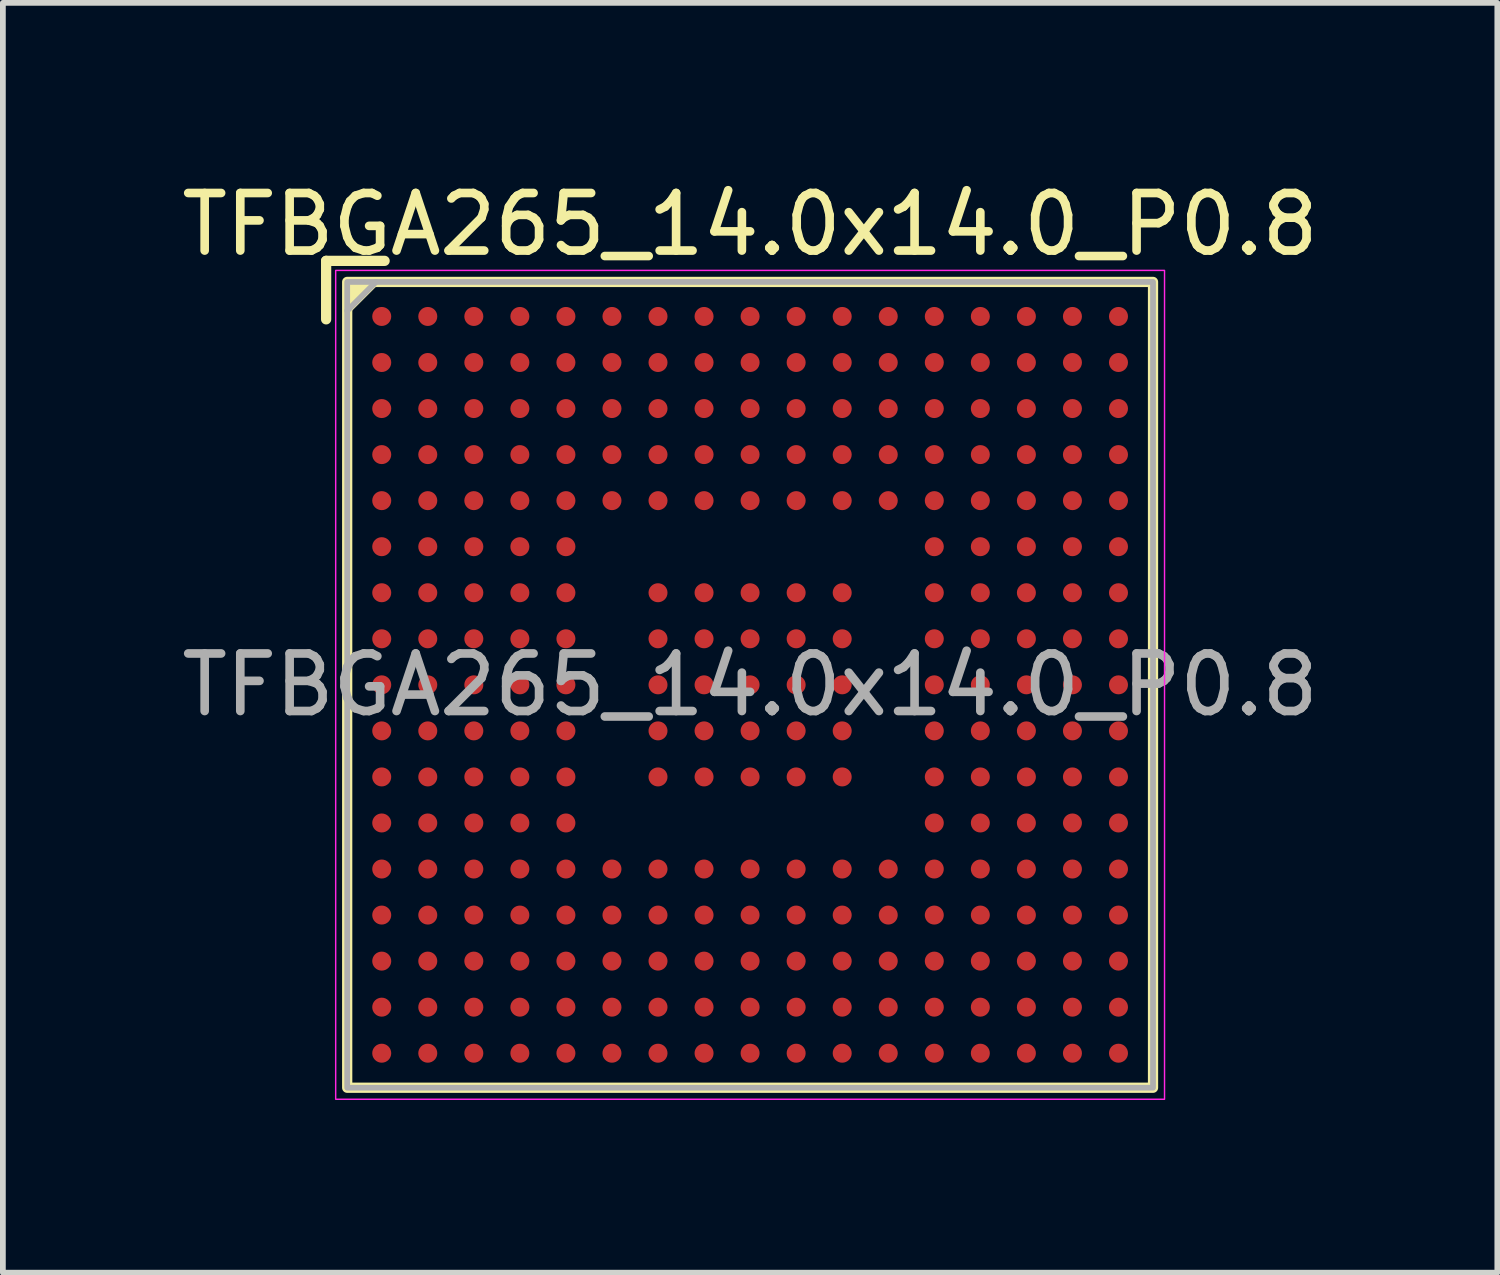
<source format=kicad_pcb>
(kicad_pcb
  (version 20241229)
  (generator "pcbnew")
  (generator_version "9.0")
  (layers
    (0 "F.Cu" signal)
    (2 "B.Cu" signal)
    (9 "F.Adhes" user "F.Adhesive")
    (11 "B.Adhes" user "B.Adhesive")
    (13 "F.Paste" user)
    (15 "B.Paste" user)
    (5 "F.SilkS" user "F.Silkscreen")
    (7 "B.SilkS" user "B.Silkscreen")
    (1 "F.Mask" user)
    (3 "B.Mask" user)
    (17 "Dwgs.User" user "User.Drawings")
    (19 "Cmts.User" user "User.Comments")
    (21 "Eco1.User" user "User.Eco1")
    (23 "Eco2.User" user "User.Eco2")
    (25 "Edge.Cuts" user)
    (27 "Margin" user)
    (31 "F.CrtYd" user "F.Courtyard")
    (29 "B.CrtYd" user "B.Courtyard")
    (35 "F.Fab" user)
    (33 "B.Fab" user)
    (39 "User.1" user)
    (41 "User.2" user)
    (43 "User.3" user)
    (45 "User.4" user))
  (footprint "TFBGA265_14.0x14.0_P0.8"
    (layer "F.Cu")
    (at 9.982 8.848)
    (property "Reference" "TFBGA265_14.0x14.0_P0.8" (at 0 -8 0) (unlocked yes) (layer "F.SilkS") (effects (font (size 1 1) (thickness 0.15))))
    (attr smd)
    (fp_line (start -7.366 -7.366) (end -6.35 -7.366) (stroke (width 0.178) (type solid)) (layer "F.SilkS"))
    (fp_line (start -7.366 -6.35) (end -7.366 -7.366) (stroke (width 0.178) (type solid)) (layer "F.SilkS"))
    (fp_rect (start -7 -7) (end 7 7) (stroke (width 0.178) (type solid)) (fill no) (layer "F.SilkS"))
    (fp_poly (pts (xy -7 -6.5) (xy -7 -7) (xy -6.5 -7)) (stroke (width 0.12) (type solid)) (fill yes) (layer "F.SilkS"))
    (fp_rect (start -7.2 -7.2) (end 7.2 7.2) (stroke (width 0.025) (type solid)) (fill no) (layer "F.CrtYd"))
    (fp_line (start -7 -6.5) (end -6.5 -7) (stroke (width 0.1) (type solid)) (layer "F.Fab"))
    (fp_rect (start -7 -7) (end 7 7) (stroke (width 0.1) (type solid)) (fill no) (layer "F.Fab"))
    (fp_text user "${REFERENCE}" (at 0 0 0) (unlocked yes) (layer "F.Fab") (effects (font (size 1 1) (thickness 0.15))))
    (pad "A1" smd circle (at -6.4 -6.4) (size 0.33 0.33) (layers "F.Cu" "F.Mask" "F.Paste"))
    (pad "A2" smd circle (at -5.6 -6.4) (size 0.33 0.33) (layers "F.Cu" "F.Mask" "F.Paste"))
    (pad "A3" smd circle (at -4.8 -6.4) (size 0.33 0.33) (layers "F.Cu" "F.Mask" "F.Paste"))
    (pad "A4" smd circle (at -4 -6.4) (size 0.33 0.33) (layers "F.Cu" "F.Mask" "F.Paste"))
    (pad "A5" smd circle (at -3.2 -6.4) (size 0.33 0.33) (layers "F.Cu" "F.Mask" "F.Paste"))
    (pad "A6" smd circle (at -2.4 -6.4) (size 0.33 0.33) (layers "F.Cu" "F.Mask" "F.Paste"))
    (pad "A7" smd circle (at -1.6 -6.4) (size 0.33 0.33) (layers "F.Cu" "F.Mask" "F.Paste"))
    (pad "A8" smd circle (at -0.8 -6.4) (size 0.33 0.33) (layers "F.Cu" "F.Mask" "F.Paste"))
    (pad "A9" smd circle (at 0 -6.4) (size 0.33 0.33) (layers "F.Cu" "F.Mask" "F.Paste"))
    (pad "A10" smd circle (at 0.8 -6.4) (size 0.33 0.33) (layers "F.Cu" "F.Mask" "F.Paste"))
    (pad "A11" smd circle (at 1.6 -6.4) (size 0.33 0.33) (layers "F.Cu" "F.Mask" "F.Paste"))
    (pad "A12" smd circle (at 2.4 -6.4) (size 0.33 0.33) (layers "F.Cu" "F.Mask" "F.Paste"))
    (pad "A13" smd circle (at 3.2 -6.4) (size 0.33 0.33) (layers "F.Cu" "F.Mask" "F.Paste"))
    (pad "A14" smd circle (at 4 -6.4) (size 0.33 0.33) (layers "F.Cu" "F.Mask" "F.Paste"))
    (pad "A15" smd circle (at 4.8 -6.4) (size 0.33 0.33) (layers "F.Cu" "F.Mask" "F.Paste"))
    (pad "A16" smd circle (at 5.6 -6.4) (size 0.33 0.33) (layers "F.Cu" "F.Mask" "F.Paste"))
    (pad "A17" smd circle (at 6.4 -6.4) (size 0.33 0.33) (layers "F.Cu" "F.Mask" "F.Paste"))
    (pad "B1" smd circle (at -6.4 -5.6) (size 0.33 0.33) (layers "F.Cu" "F.Mask" "F.Paste"))
    (pad "B2" smd circle (at -5.6 -5.6) (size 0.33 0.33) (layers "F.Cu" "F.Mask" "F.Paste"))
    (pad "B3" smd circle (at -4.8 -5.6) (size 0.33 0.33) (layers "F.Cu" "F.Mask" "F.Paste"))
    (pad "B4" smd circle (at -4 -5.6) (size 0.33 0.33) (layers "F.Cu" "F.Mask" "F.Paste"))
    (pad "B5" smd circle (at -3.2 -5.6) (size 0.33 0.33) (layers "F.Cu" "F.Mask" "F.Paste"))
    (pad "B6" smd circle (at -2.4 -5.6) (size 0.33 0.33) (layers "F.Cu" "F.Mask" "F.Paste"))
    (pad "B7" smd circle (at -1.6 -5.6) (size 0.33 0.33) (layers "F.Cu" "F.Mask" "F.Paste"))
    (pad "B8" smd circle (at -0.8 -5.6) (size 0.33 0.33) (layers "F.Cu" "F.Mask" "F.Paste"))
    (pad "B9" smd circle (at 0 -5.6) (size 0.33 0.33) (layers "F.Cu" "F.Mask" "F.Paste"))
    (pad "B10" smd circle (at 0.8 -5.6) (size 0.33 0.33) (layers "F.Cu" "F.Mask" "F.Paste"))
    (pad "B11" smd circle (at 1.6 -5.6) (size 0.33 0.33) (layers "F.Cu" "F.Mask" "F.Paste"))
    (pad "B12" smd circle (at 2.4 -5.6) (size 0.33 0.33) (layers "F.Cu" "F.Mask" "F.Paste"))
    (pad "B13" smd circle (at 3.2 -5.6) (size 0.33 0.33) (layers "F.Cu" "F.Mask" "F.Paste"))
    (pad "B14" smd circle (at 4 -5.6) (size 0.33 0.33) (layers "F.Cu" "F.Mask" "F.Paste"))
    (pad "B15" smd circle (at 4.8 -5.6) (size 0.33 0.33) (layers "F.Cu" "F.Mask" "F.Paste"))
    (pad "B16" smd circle (at 5.6 -5.6) (size 0.33 0.33) (layers "F.Cu" "F.Mask" "F.Paste"))
    (pad "B17" smd circle (at 6.4 -5.6) (size 0.33 0.33) (layers "F.Cu" "F.Mask" "F.Paste"))
    (pad "C1" smd circle (at -6.4 -4.8) (size 0.33 0.33) (layers "F.Cu" "F.Mask" "F.Paste"))
    (pad "C2" smd circle (at -5.6 -4.8) (size 0.33 0.33) (layers "F.Cu" "F.Mask" "F.Paste"))
    (pad "C3" smd circle (at -4.8 -4.8) (size 0.33 0.33) (layers "F.Cu" "F.Mask" "F.Paste"))
    (pad "C4" smd circle (at -4 -4.8) (size 0.33 0.33) (layers "F.Cu" "F.Mask" "F.Paste"))
    (pad "C5" smd circle (at -3.2 -4.8) (size 0.33 0.33) (layers "F.Cu" "F.Mask" "F.Paste"))
    (pad "C6" smd circle (at -2.4 -4.8) (size 0.33 0.33) (layers "F.Cu" "F.Mask" "F.Paste"))
    (pad "C7" smd circle (at -1.6 -4.8) (size 0.33 0.33) (layers "F.Cu" "F.Mask" "F.Paste"))
    (pad "C8" smd circle (at -0.8 -4.8) (size 0.33 0.33) (layers "F.Cu" "F.Mask" "F.Paste"))
    (pad "C9" smd circle (at 0 -4.8) (size 0.33 0.33) (layers "F.Cu" "F.Mask" "F.Paste"))
    (pad "C10" smd circle (at 0.8 -4.8) (size 0.33 0.33) (layers "F.Cu" "F.Mask" "F.Paste"))
    (pad "C11" smd circle (at 1.6 -4.8) (size 0.33 0.33) (layers "F.Cu" "F.Mask" "F.Paste"))
    (pad "C12" smd circle (at 2.4 -4.8) (size 0.33 0.33) (layers "F.Cu" "F.Mask" "F.Paste"))
    (pad "C13" smd circle (at 3.2 -4.8) (size 0.33 0.33) (layers "F.Cu" "F.Mask" "F.Paste"))
    (pad "C14" smd circle (at 4 -4.8) (size 0.33 0.33) (layers "F.Cu" "F.Mask" "F.Paste"))
    (pad "C15" smd circle (at 4.8 -4.8) (size 0.33 0.33) (layers "F.Cu" "F.Mask" "F.Paste"))
    (pad "C16" smd circle (at 5.6 -4.8) (size 0.33 0.33) (layers "F.Cu" "F.Mask" "F.Paste"))
    (pad "C17" smd circle (at 6.4 -4.8) (size 0.33 0.33) (layers "F.Cu" "F.Mask" "F.Paste"))
    (pad "D1" smd circle (at -6.4 -4) (size 0.33 0.33) (layers "F.Cu" "F.Mask" "F.Paste"))
    (pad "D2" smd circle (at -5.6 -4) (size 0.33 0.33) (layers "F.Cu" "F.Mask" "F.Paste"))
    (pad "D3" smd circle (at -4.8 -4) (size 0.33 0.33) (layers "F.Cu" "F.Mask" "F.Paste"))
    (pad "D4" smd circle (at -4 -4) (size 0.33 0.33) (layers "F.Cu" "F.Mask" "F.Paste"))
    (pad "D5" smd circle (at -3.2 -4) (size 0.33 0.33) (layers "F.Cu" "F.Mask" "F.Paste"))
    (pad "D6" smd circle (at -2.4 -4) (size 0.33 0.33) (layers "F.Cu" "F.Mask" "F.Paste"))
    (pad "D7" smd circle (at -1.6 -4) (size 0.33 0.33) (layers "F.Cu" "F.Mask" "F.Paste"))
    (pad "D8" smd circle (at -0.8 -4) (size 0.33 0.33) (layers "F.Cu" "F.Mask" "F.Paste"))
    (pad "D9" smd circle (at 0 -4) (size 0.33 0.33) (layers "F.Cu" "F.Mask" "F.Paste"))
    (pad "D10" smd circle (at 0.8 -4) (size 0.33 0.33) (layers "F.Cu" "F.Mask" "F.Paste"))
    (pad "D11" smd circle (at 1.6 -4) (size 0.33 0.33) (layers "F.Cu" "F.Mask" "F.Paste"))
    (pad "D12" smd circle (at 2.4 -4) (size 0.33 0.33) (layers "F.Cu" "F.Mask" "F.Paste"))
    (pad "D13" smd circle (at 3.2 -4) (size 0.33 0.33) (layers "F.Cu" "F.Mask" "F.Paste"))
    (pad "D14" smd circle (at 4 -4) (size 0.33 0.33) (layers "F.Cu" "F.Mask" "F.Paste"))
    (pad "D15" smd circle (at 4.8 -4) (size 0.33 0.33) (layers "F.Cu" "F.Mask" "F.Paste"))
    (pad "D16" smd circle (at 5.6 -4) (size 0.33 0.33) (layers "F.Cu" "F.Mask" "F.Paste"))
    (pad "D17" smd circle (at 6.4 -4) (size 0.33 0.33) (layers "F.Cu" "F.Mask" "F.Paste"))
    (pad "E1" smd circle (at -6.4 -3.2) (size 0.33 0.33) (layers "F.Cu" "F.Mask" "F.Paste"))
    (pad "E2" smd circle (at -5.6 -3.2) (size 0.33 0.33) (layers "F.Cu" "F.Mask" "F.Paste"))
    (pad "E3" smd circle (at -4.8 -3.2) (size 0.33 0.33) (layers "F.Cu" "F.Mask" "F.Paste"))
    (pad "E4" smd circle (at -4 -3.2) (size 0.33 0.33) (layers "F.Cu" "F.Mask" "F.Paste"))
    (pad "E5" smd circle (at -3.2 -3.2) (size 0.33 0.33) (layers "F.Cu" "F.Mask" "F.Paste"))
    (pad "E6" smd circle (at -2.4 -3.2) (size 0.33 0.33) (layers "F.Cu" "F.Mask" "F.Paste"))
    (pad "E7" smd circle (at -1.6 -3.2) (size 0.33 0.33) (layers "F.Cu" "F.Mask" "F.Paste"))
    (pad "E8" smd circle (at -0.8 -3.2) (size 0.33 0.33) (layers "F.Cu" "F.Mask" "F.Paste"))
    (pad "E9" smd circle (at 0 -3.2) (size 0.33 0.33) (layers "F.Cu" "F.Mask" "F.Paste"))
    (pad "E10" smd circle (at 0.8 -3.2) (size 0.33 0.33) (layers "F.Cu" "F.Mask" "F.Paste"))
    (pad "E11" smd circle (at 1.6 -3.2) (size 0.33 0.33) (layers "F.Cu" "F.Mask" "F.Paste"))
    (pad "E12" smd circle (at 2.4 -3.2) (size 0.33 0.33) (layers "F.Cu" "F.Mask" "F.Paste"))
    (pad "E13" smd circle (at 3.2 -3.2) (size 0.33 0.33) (layers "F.Cu" "F.Mask" "F.Paste"))
    (pad "E14" smd circle (at 4 -3.2) (size 0.33 0.33) (layers "F.Cu" "F.Mask" "F.Paste"))
    (pad "E15" smd circle (at 4.8 -3.2) (size 0.33 0.33) (layers "F.Cu" "F.Mask" "F.Paste"))
    (pad "E16" smd circle (at 5.6 -3.2) (size 0.33 0.33) (layers "F.Cu" "F.Mask" "F.Paste"))
    (pad "E17" smd circle (at 6.4 -3.2) (size 0.33 0.33) (layers "F.Cu" "F.Mask" "F.Paste"))
    (pad "F1" smd circle (at -6.4 -2.4) (size 0.33 0.33) (layers "F.Cu" "F.Mask" "F.Paste"))
    (pad "F2" smd circle (at -5.6 -2.4) (size 0.33 0.33) (layers "F.Cu" "F.Mask" "F.Paste"))
    (pad "F3" smd circle (at -4.8 -2.4) (size 0.33 0.33) (layers "F.Cu" "F.Mask" "F.Paste"))
    (pad "F4" smd circle (at -4 -2.4) (size 0.33 0.33) (layers "F.Cu" "F.Mask" "F.Paste"))
    (pad "F5" smd circle (at -3.2 -2.4) (size 0.33 0.33) (layers "F.Cu" "F.Mask" "F.Paste"))
    (pad "F13" smd circle (at 3.2 -2.4) (size 0.33 0.33) (layers "F.Cu" "F.Mask" "F.Paste"))
    (pad "F14" smd circle (at 4 -2.4) (size 0.33 0.33) (layers "F.Cu" "F.Mask" "F.Paste"))
    (pad "F15" smd circle (at 4.8 -2.4) (size 0.33 0.33) (layers "F.Cu" "F.Mask" "F.Paste"))
    (pad "F16" smd circle (at 5.6 -2.4) (size 0.33 0.33) (layers "F.Cu" "F.Mask" "F.Paste"))
    (pad "F17" smd circle (at 6.4 -2.4) (size 0.33 0.33) (layers "F.Cu" "F.Mask" "F.Paste"))
    (pad "G1" smd circle (at -6.4 -1.6) (size 0.33 0.33) (layers "F.Cu" "F.Mask" "F.Paste"))
    (pad "G2" smd circle (at -5.6 -1.6) (size 0.33 0.33) (layers "F.Cu" "F.Mask" "F.Paste"))
    (pad "G3" smd circle (at -4.8 -1.6) (size 0.33 0.33) (layers "F.Cu" "F.Mask" "F.Paste"))
    (pad "G4" smd circle (at -4 -1.6) (size 0.33 0.33) (layers "F.Cu" "F.Mask" "F.Paste"))
    (pad "G5" smd circle (at -3.2 -1.6) (size 0.33 0.33) (layers "F.Cu" "F.Mask" "F.Paste"))
    (pad "G7" smd circle (at -1.6 -1.6) (size 0.33 0.33) (layers "F.Cu" "F.Mask" "F.Paste"))
    (pad "G8" smd circle (at -0.8 -1.6) (size 0.33 0.33) (layers "F.Cu" "F.Mask" "F.Paste"))
    (pad "G9" smd circle (at 0 -1.6) (size 0.33 0.33) (layers "F.Cu" "F.Mask" "F.Paste"))
    (pad "G10" smd circle (at 0.8 -1.6) (size 0.33 0.33) (layers "F.Cu" "F.Mask" "F.Paste"))
    (pad "G11" smd circle (at 1.6 -1.6) (size 0.33 0.33) (layers "F.Cu" "F.Mask" "F.Paste"))
    (pad "G13" smd circle (at 3.2 -1.6) (size 0.33 0.33) (layers "F.Cu" "F.Mask" "F.Paste"))
    (pad "G14" smd circle (at 4 -1.6) (size 0.33 0.33) (layers "F.Cu" "F.Mask" "F.Paste"))
    (pad "G15" smd circle (at 4.8 -1.6) (size 0.33 0.33) (layers "F.Cu" "F.Mask" "F.Paste"))
    (pad "G16" smd circle (at 5.6 -1.6) (size 0.33 0.33) (layers "F.Cu" "F.Mask" "F.Paste"))
    (pad "G17" smd circle (at 6.4 -1.6) (size 0.33 0.33) (layers "F.Cu" "F.Mask" "F.Paste"))
    (pad "H1" smd circle (at -6.4 -0.8) (size 0.33 0.33) (layers "F.Cu" "F.Mask" "F.Paste"))
    (pad "H2" smd circle (at -5.6 -0.8) (size 0.33 0.33) (layers "F.Cu" "F.Mask" "F.Paste"))
    (pad "H3" smd circle (at -4.8 -0.8) (size 0.33 0.33) (layers "F.Cu" "F.Mask" "F.Paste"))
    (pad "H4" smd circle (at -4 -0.8) (size 0.33 0.33) (layers "F.Cu" "F.Mask" "F.Paste"))
    (pad "H5" smd circle (at -3.2 -0.8) (size 0.33 0.33) (layers "F.Cu" "F.Mask" "F.Paste"))
    (pad "H7" smd circle (at -1.6 -0.8) (size 0.33 0.33) (layers "F.Cu" "F.Mask" "F.Paste"))
    (pad "H8" smd circle (at -0.8 -0.8) (size 0.33 0.33) (layers "F.Cu" "F.Mask" "F.Paste"))
    (pad "H9" smd circle (at 0 -0.8) (size 0.33 0.33) (layers "F.Cu" "F.Mask" "F.Paste"))
    (pad "H10" smd circle (at 0.8 -0.8) (size 0.33 0.33) (layers "F.Cu" "F.Mask" "F.Paste"))
    (pad "H11" smd circle (at 1.6 -0.8) (size 0.33 0.33) (layers "F.Cu" "F.Mask" "F.Paste"))
    (pad "H13" smd circle (at 3.2 -0.8) (size 0.33 0.33) (layers "F.Cu" "F.Mask" "F.Paste"))
    (pad "H14" smd circle (at 4 -0.8) (size 0.33 0.33) (layers "F.Cu" "F.Mask" "F.Paste"))
    (pad "H15" smd circle (at 4.8 -0.8) (size 0.33 0.33) (layers "F.Cu" "F.Mask" "F.Paste"))
    (pad "H16" smd circle (at 5.6 -0.8) (size 0.33 0.33) (layers "F.Cu" "F.Mask" "F.Paste"))
    (pad "H17" smd circle (at 6.4 -0.8) (size 0.33 0.33) (layers "F.Cu" "F.Mask" "F.Paste"))
    (pad "J1" smd circle (at -6.4 0) (size 0.33 0.33) (layers "F.Cu" "F.Mask" "F.Paste"))
    (pad "J2" smd circle (at -5.6 0) (size 0.33 0.33) (layers "F.Cu" "F.Mask" "F.Paste"))
    (pad "J3" smd circle (at -4.8 0) (size 0.33 0.33) (layers "F.Cu" "F.Mask" "F.Paste"))
    (pad "J4" smd circle (at -4 0) (size 0.33 0.33) (layers "F.Cu" "F.Mask" "F.Paste"))
    (pad "J5" smd circle (at -3.2 0) (size 0.33 0.33) (layers "F.Cu" "F.Mask" "F.Paste"))
    (pad "J7" smd circle (at -1.6 0) (size 0.33 0.33) (layers "F.Cu" "F.Mask" "F.Paste"))
    (pad "J8" smd circle (at -0.8 0) (size 0.33 0.33) (layers "F.Cu" "F.Mask" "F.Paste"))
    (pad "J9" smd circle (at 0 0) (size 0.33 0.33) (layers "F.Cu" "F.Mask" "F.Paste"))
    (pad "J10" smd circle (at 0.8 0) (size 0.33 0.33) (layers "F.Cu" "F.Mask" "F.Paste"))
    (pad "J11" smd circle (at 1.6 0) (size 0.33 0.33) (layers "F.Cu" "F.Mask" "F.Paste"))
    (pad "J13" smd circle (at 3.2 0) (size 0.33 0.33) (layers "F.Cu" "F.Mask" "F.Paste"))
    (pad "J14" smd circle (at 4 0) (size 0.33 0.33) (layers "F.Cu" "F.Mask" "F.Paste"))
    (pad "J15" smd circle (at 4.8 0) (size 0.33 0.33) (layers "F.Cu" "F.Mask" "F.Paste"))
    (pad "J16" smd circle (at 5.6 0) (size 0.33 0.33) (layers "F.Cu" "F.Mask" "F.Paste"))
    (pad "J17" smd circle (at 6.4 0) (size 0.33 0.33) (layers "F.Cu" "F.Mask" "F.Paste"))
    (pad "K1" smd circle (at -6.4 0.8) (size 0.33 0.33) (layers "F.Cu" "F.Mask" "F.Paste"))
    (pad "K2" smd circle (at -5.6 0.8) (size 0.33 0.33) (layers "F.Cu" "F.Mask" "F.Paste"))
    (pad "K3" smd circle (at -4.8 0.8) (size 0.33 0.33) (layers "F.Cu" "F.Mask" "F.Paste"))
    (pad "K4" smd circle (at -4 0.8) (size 0.33 0.33) (layers "F.Cu" "F.Mask" "F.Paste"))
    (pad "K5" smd circle (at -3.2 0.8) (size 0.33 0.33) (layers "F.Cu" "F.Mask" "F.Paste"))
    (pad "K7" smd circle (at -1.6 0.8) (size 0.33 0.33) (layers "F.Cu" "F.Mask" "F.Paste"))
    (pad "K8" smd circle (at -0.8 0.8) (size 0.33 0.33) (layers "F.Cu" "F.Mask" "F.Paste"))
    (pad "K9" smd circle (at 0 0.8) (size 0.33 0.33) (layers "F.Cu" "F.Mask" "F.Paste"))
    (pad "K10" smd circle (at 0.8 0.8) (size 0.33 0.33) (layers "F.Cu" "F.Mask" "F.Paste"))
    (pad "K11" smd circle (at 1.6 0.8) (size 0.33 0.33) (layers "F.Cu" "F.Mask" "F.Paste"))
    (pad "K13" smd circle (at 3.2 0.8) (size 0.33 0.33) (layers "F.Cu" "F.Mask" "F.Paste"))
    (pad "K14" smd circle (at 4 0.8) (size 0.33 0.33) (layers "F.Cu" "F.Mask" "F.Paste"))
    (pad "K15" smd circle (at 4.8 0.8) (size 0.33 0.33) (layers "F.Cu" "F.Mask" "F.Paste"))
    (pad "K16" smd circle (at 5.6 0.8) (size 0.33 0.33) (layers "F.Cu" "F.Mask" "F.Paste"))
    (pad "K17" smd circle (at 6.4 0.8) (size 0.33 0.33) (layers "F.Cu" "F.Mask" "F.Paste"))
    (pad "L1" smd circle (at -6.4 1.6) (size 0.33 0.33) (layers "F.Cu" "F.Mask" "F.Paste"))
    (pad "L2" smd circle (at -5.6 1.6) (size 0.33 0.33) (layers "F.Cu" "F.Mask" "F.Paste"))
    (pad "L3" smd circle (at -4.8 1.6) (size 0.33 0.33) (layers "F.Cu" "F.Mask" "F.Paste"))
    (pad "L4" smd circle (at -4 1.6) (size 0.33 0.33) (layers "F.Cu" "F.Mask" "F.Paste"))
    (pad "L5" smd circle (at -3.2 1.6) (size 0.33 0.33) (layers "F.Cu" "F.Mask" "F.Paste"))
    (pad "L7" smd circle (at -1.6 1.6) (size 0.33 0.33) (layers "F.Cu" "F.Mask" "F.Paste"))
    (pad "L8" smd circle (at -0.8 1.6) (size 0.33 0.33) (layers "F.Cu" "F.Mask" "F.Paste"))
    (pad "L9" smd circle (at 0 1.6) (size 0.33 0.33) (layers "F.Cu" "F.Mask" "F.Paste"))
    (pad "L10" smd circle (at 0.8 1.6) (size 0.33 0.33) (layers "F.Cu" "F.Mask" "F.Paste"))
    (pad "L11" smd circle (at 1.6 1.6) (size 0.33 0.33) (layers "F.Cu" "F.Mask" "F.Paste"))
    (pad "L13" smd circle (at 3.2 1.6) (size 0.33 0.33) (layers "F.Cu" "F.Mask" "F.Paste"))
    (pad "L14" smd circle (at 4 1.6) (size 0.33 0.33) (layers "F.Cu" "F.Mask" "F.Paste"))
    (pad "L15" smd circle (at 4.8 1.6) (size 0.33 0.33) (layers "F.Cu" "F.Mask" "F.Paste"))
    (pad "L16" smd circle (at 5.6 1.6) (size 0.33 0.33) (layers "F.Cu" "F.Mask" "F.Paste"))
    (pad "L17" smd circle (at 6.4 1.6) (size 0.33 0.33) (layers "F.Cu" "F.Mask" "F.Paste"))
    (pad "M1" smd circle (at -6.4 2.4) (size 0.33 0.33) (layers "F.Cu" "F.Mask" "F.Paste"))
    (pad "M2" smd circle (at -5.6 2.4) (size 0.33 0.33) (layers "F.Cu" "F.Mask" "F.Paste"))
    (pad "M3" smd circle (at -4.8 2.4) (size 0.33 0.33) (layers "F.Cu" "F.Mask" "F.Paste"))
    (pad "M4" smd circle (at -4 2.4) (size 0.33 0.33) (layers "F.Cu" "F.Mask" "F.Paste"))
    (pad "M5" smd circle (at -3.2 2.4) (size 0.33 0.33) (layers "F.Cu" "F.Mask" "F.Paste"))
    (pad "M13" smd circle (at 3.2 2.4) (size 0.33 0.33) (layers "F.Cu" "F.Mask" "F.Paste"))
    (pad "M14" smd circle (at 4 2.4) (size 0.33 0.33) (layers "F.Cu" "F.Mask" "F.Paste"))
    (pad "M15" smd circle (at 4.8 2.4) (size 0.33 0.33) (layers "F.Cu" "F.Mask" "F.Paste"))
    (pad "M16" smd circle (at 5.6 2.4) (size 0.33 0.33) (layers "F.Cu" "F.Mask" "F.Paste"))
    (pad "M17" smd circle (at 6.4 2.4) (size 0.33 0.33) (layers "F.Cu" "F.Mask" "F.Paste"))
    (pad "N1" smd circle (at -6.4 3.2) (size 0.33 0.33) (layers "F.Cu" "F.Mask" "F.Paste"))
    (pad "N2" smd circle (at -5.6 3.2) (size 0.33 0.33) (layers "F.Cu" "F.Mask" "F.Paste"))
    (pad "N3" smd circle (at -4.8 3.2) (size 0.33 0.33) (layers "F.Cu" "F.Mask" "F.Paste"))
    (pad "N4" smd circle (at -4 3.2) (size 0.33 0.33) (layers "F.Cu" "F.Mask" "F.Paste"))
    (pad "N5" smd circle (at -3.2 3.2) (size 0.33 0.33) (layers "F.Cu" "F.Mask" "F.Paste"))
    (pad "N6" smd circle (at -2.4 3.2) (size 0.33 0.33) (layers "F.Cu" "F.Mask" "F.Paste"))
    (pad "N7" smd circle (at -1.6 3.2) (size 0.33 0.33) (layers "F.Cu" "F.Mask" "F.Paste"))
    (pad "N8" smd circle (at -0.8 3.2) (size 0.33 0.33) (layers "F.Cu" "F.Mask" "F.Paste"))
    (pad "N9" smd circle (at 0 3.2) (size 0.33 0.33) (layers "F.Cu" "F.Mask" "F.Paste"))
    (pad "N10" smd circle (at 0.8 3.2) (size 0.33 0.33) (layers "F.Cu" "F.Mask" "F.Paste"))
    (pad "N11" smd circle (at 1.6 3.2) (size 0.33 0.33) (layers "F.Cu" "F.Mask" "F.Paste"))
    (pad "N12" smd circle (at 2.4 3.2) (size 0.33 0.33) (layers "F.Cu" "F.Mask" "F.Paste"))
    (pad "N13" smd circle (at 3.2 3.2) (size 0.33 0.33) (layers "F.Cu" "F.Mask" "F.Paste"))
    (pad "N14" smd circle (at 4 3.2) (size 0.33 0.33) (layers "F.Cu" "F.Mask" "F.Paste"))
    (pad "N15" smd circle (at 4.8 3.2) (size 0.33 0.33) (layers "F.Cu" "F.Mask" "F.Paste"))
    (pad "N16" smd circle (at 5.6 3.2) (size 0.33 0.33) (layers "F.Cu" "F.Mask" "F.Paste"))
    (pad "N17" smd circle (at 6.4 3.2) (size 0.33 0.33) (layers "F.Cu" "F.Mask" "F.Paste"))
    (pad "P1" smd circle (at -6.4 4) (size 0.33 0.33) (layers "F.Cu" "F.Mask" "F.Paste"))
    (pad "P2" smd circle (at -5.6 4) (size 0.33 0.33) (layers "F.Cu" "F.Mask" "F.Paste"))
    (pad "P3" smd circle (at -4.8 4) (size 0.33 0.33) (layers "F.Cu" "F.Mask" "F.Paste"))
    (pad "P4" smd circle (at -4 4) (size 0.33 0.33) (layers "F.Cu" "F.Mask" "F.Paste"))
    (pad "P5" smd circle (at -3.2 4) (size 0.33 0.33) (layers "F.Cu" "F.Mask" "F.Paste"))
    (pad "P6" smd circle (at -2.4 4) (size 0.33 0.33) (layers "F.Cu" "F.Mask" "F.Paste"))
    (pad "P7" smd circle (at -1.6 4) (size 0.33 0.33) (layers "F.Cu" "F.Mask" "F.Paste"))
    (pad "P8" smd circle (at -0.8 4) (size 0.33 0.33) (layers "F.Cu" "F.Mask" "F.Paste"))
    (pad "P9" smd circle (at 0 4) (size 0.33 0.33) (layers "F.Cu" "F.Mask" "F.Paste"))
    (pad "P10" smd circle (at 0.8 4) (size 0.33 0.33) (layers "F.Cu" "F.Mask" "F.Paste"))
    (pad "P11" smd circle (at 1.6 4) (size 0.33 0.33) (layers "F.Cu" "F.Mask" "F.Paste"))
    (pad "P12" smd circle (at 2.4 4) (size 0.33 0.33) (layers "F.Cu" "F.Mask" "F.Paste"))
    (pad "P13" smd circle (at 3.2 4) (size 0.33 0.33) (layers "F.Cu" "F.Mask" "F.Paste"))
    (pad "P14" smd circle (at 4 4) (size 0.33 0.33) (layers "F.Cu" "F.Mask" "F.Paste"))
    (pad "P15" smd circle (at 4.8 4) (size 0.33 0.33) (layers "F.Cu" "F.Mask" "F.Paste"))
    (pad "P16" smd circle (at 5.6 4) (size 0.33 0.33) (layers "F.Cu" "F.Mask" "F.Paste"))
    (pad "P17" smd circle (at 6.4 4) (size 0.33 0.33) (layers "F.Cu" "F.Mask" "F.Paste"))
    (pad "R1" smd circle (at -6.4 4.8) (size 0.33 0.33) (layers "F.Cu" "F.Mask" "F.Paste"))
    (pad "R2" smd circle (at -5.6 4.8) (size 0.33 0.33) (layers "F.Cu" "F.Mask" "F.Paste"))
    (pad "R3" smd circle (at -4.8 4.8) (size 0.33 0.33) (layers "F.Cu" "F.Mask" "F.Paste"))
    (pad "R4" smd circle (at -4 4.8) (size 0.33 0.33) (layers "F.Cu" "F.Mask" "F.Paste"))
    (pad "R5" smd circle (at -3.2 4.8) (size 0.33 0.33) (layers "F.Cu" "F.Mask" "F.Paste"))
    (pad "R6" smd circle (at -2.4 4.8) (size 0.33 0.33) (layers "F.Cu" "F.Mask" "F.Paste"))
    (pad "R7" smd circle (at -1.6 4.8) (size 0.33 0.33) (layers "F.Cu" "F.Mask" "F.Paste"))
    (pad "R8" smd circle (at -0.8 4.8) (size 0.33 0.33) (layers "F.Cu" "F.Mask" "F.Paste"))
    (pad "R9" smd circle (at 0 4.8) (size 0.33 0.33) (layers "F.Cu" "F.Mask" "F.Paste"))
    (pad "R10" smd circle (at 0.8 4.8) (size 0.33 0.33) (layers "F.Cu" "F.Mask" "F.Paste"))
    (pad "R11" smd circle (at 1.6 4.8) (size 0.33 0.33) (layers "F.Cu" "F.Mask" "F.Paste"))
    (pad "R12" smd circle (at 2.4 4.8) (size 0.33 0.33) (layers "F.Cu" "F.Mask" "F.Paste"))
    (pad "R13" smd circle (at 3.2 4.8) (size 0.33 0.33) (layers "F.Cu" "F.Mask" "F.Paste"))
    (pad "R14" smd circle (at 4 4.8) (size 0.33 0.33) (layers "F.Cu" "F.Mask" "F.Paste"))
    (pad "R15" smd circle (at 4.8 4.8) (size 0.33 0.33) (layers "F.Cu" "F.Mask" "F.Paste"))
    (pad "R16" smd circle (at 5.6 4.8) (size 0.33 0.33) (layers "F.Cu" "F.Mask" "F.Paste"))
    (pad "R17" smd circle (at 6.4 4.8) (size 0.33 0.33) (layers "F.Cu" "F.Mask" "F.Paste"))
    (pad "T1" smd circle (at -6.4 5.6) (size 0.33 0.33) (layers "F.Cu" "F.Mask" "F.Paste"))
    (pad "T2" smd circle (at -5.6 5.6) (size 0.33 0.33) (layers "F.Cu" "F.Mask" "F.Paste"))
    (pad "T3" smd circle (at -4.8 5.6) (size 0.33 0.33) (layers "F.Cu" "F.Mask" "F.Paste"))
    (pad "T4" smd circle (at -4 5.6) (size 0.33 0.33) (layers "F.Cu" "F.Mask" "F.Paste"))
    (pad "T5" smd circle (at -3.2 5.6) (size 0.33 0.33) (layers "F.Cu" "F.Mask" "F.Paste"))
    (pad "T6" smd circle (at -2.4 5.6) (size 0.33 0.33) (layers "F.Cu" "F.Mask" "F.Paste"))
    (pad "T7" smd circle (at -1.6 5.6) (size 0.33 0.33) (layers "F.Cu" "F.Mask" "F.Paste"))
    (pad "T8" smd circle (at -0.8 5.6) (size 0.33 0.33) (layers "F.Cu" "F.Mask" "F.Paste"))
    (pad "T9" smd circle (at 0 5.6) (size 0.33 0.33) (layers "F.Cu" "F.Mask" "F.Paste"))
    (pad "T10" smd circle (at 0.8 5.6) (size 0.33 0.33) (layers "F.Cu" "F.Mask" "F.Paste"))
    (pad "T11" smd circle (at 1.6 5.6) (size 0.33 0.33) (layers "F.Cu" "F.Mask" "F.Paste"))
    (pad "T12" smd circle (at 2.4 5.6) (size 0.33 0.33) (layers "F.Cu" "F.Mask" "F.Paste"))
    (pad "T13" smd circle (at 3.2 5.6) (size 0.33 0.33) (layers "F.Cu" "F.Mask" "F.Paste"))
    (pad "T14" smd circle (at 4 5.6) (size 0.33 0.33) (layers "F.Cu" "F.Mask" "F.Paste"))
    (pad "T15" smd circle (at 4.8 5.6) (size 0.33 0.33) (layers "F.Cu" "F.Mask" "F.Paste"))
    (pad "T16" smd circle (at 5.6 5.6) (size 0.33 0.33) (layers "F.Cu" "F.Mask" "F.Paste"))
    (pad "T17" smd circle (at 6.4 5.6) (size 0.33 0.33) (layers "F.Cu" "F.Mask" "F.Paste"))
    (pad "U1" smd circle (at -6.4 6.4) (size 0.33 0.33) (layers "F.Cu" "F.Mask" "F.Paste"))
    (pad "U2" smd circle (at -5.6 6.4) (size 0.33 0.33) (layers "F.Cu" "F.Mask" "F.Paste"))
    (pad "U3" smd circle (at -4.8 6.4) (size 0.33 0.33) (layers "F.Cu" "F.Mask" "F.Paste"))
    (pad "U4" smd circle (at -4 6.4) (size 0.33 0.33) (layers "F.Cu" "F.Mask" "F.Paste"))
    (pad "U5" smd circle (at -3.2 6.4) (size 0.33 0.33) (layers "F.Cu" "F.Mask" "F.Paste"))
    (pad "U6" smd circle (at -2.4 6.4) (size 0.33 0.33) (layers "F.Cu" "F.Mask" "F.Paste"))
    (pad "U7" smd circle (at -1.6 6.4) (size 0.33 0.33) (layers "F.Cu" "F.Mask" "F.Paste"))
    (pad "U8" smd circle (at -0.8 6.4) (size 0.33 0.33) (layers "F.Cu" "F.Mask" "F.Paste"))
    (pad "U9" smd circle (at 0 6.4) (size 0.33 0.33) (layers "F.Cu" "F.Mask" "F.Paste"))
    (pad "U10" smd circle (at 0.8 6.4) (size 0.33 0.33) (layers "F.Cu" "F.Mask" "F.Paste"))
    (pad "U11" smd circle (at 1.6 6.4) (size 0.33 0.33) (layers "F.Cu" "F.Mask" "F.Paste"))
    (pad "U12" smd circle (at 2.4 6.4) (size 0.33 0.33) (layers "F.Cu" "F.Mask" "F.Paste"))
    (pad "U13" smd circle (at 3.2 6.4) (size 0.33 0.33) (layers "F.Cu" "F.Mask" "F.Paste"))
    (pad "U14" smd circle (at 4 6.4) (size 0.33 0.33) (layers "F.Cu" "F.Mask" "F.Paste"))
    (pad "U15" smd circle (at 4.8 6.4) (size 0.33 0.33) (layers "F.Cu" "F.Mask" "F.Paste"))
    (pad "U16" smd circle (at 5.6 6.4) (size 0.33 0.33) (layers "F.Cu" "F.Mask" "F.Paste"))
    (pad "U17" smd circle (at 6.4 6.4) (size 0.33 0.33) (layers "F.Cu" "F.Mask" "F.Paste")))
  (gr_rect
    (start -3 -3)
    (end 22.964 19.061)
    (stroke (width 0.1) (type default))
    (fill no)
    (layer "Edge.Cuts")))
</source>
